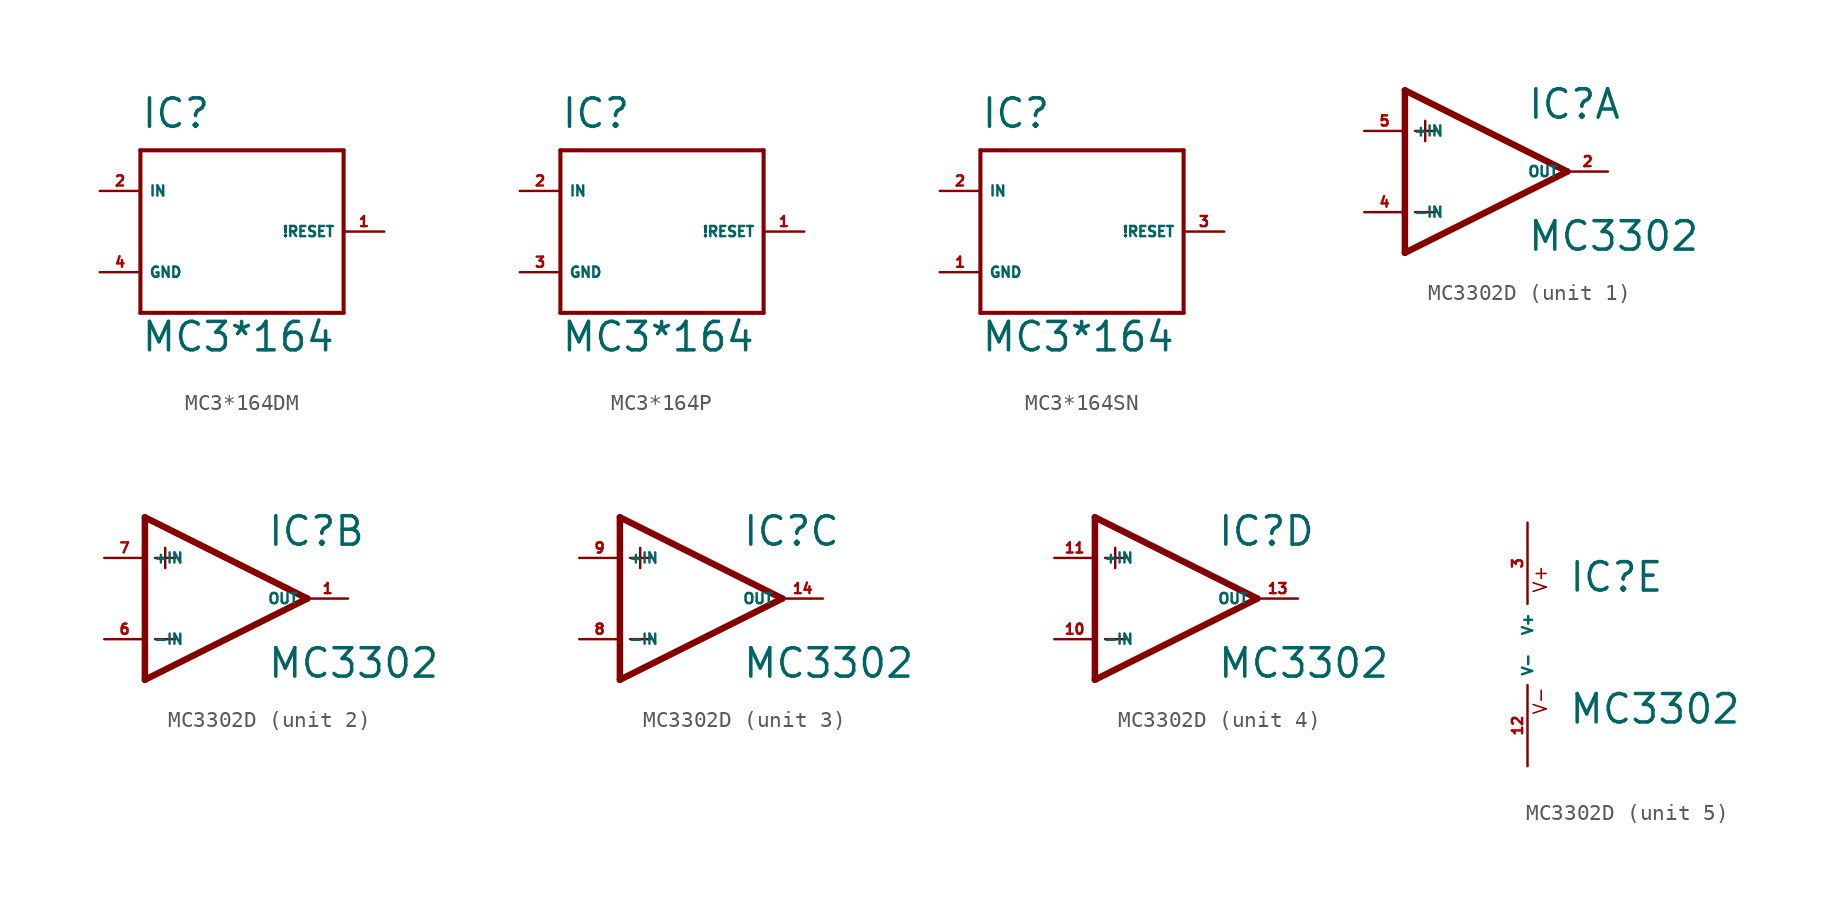
<source format=kicad_sym>
(kicad_symbol_lib
  (version 20220914)
  (generator Eagle2Kicad)
  (symbol "MC3*164DM"
    (property "Reference" "IC"
      (at -2.54 6.35 0)
      (effects (font (size 1.778 1.778) (thickness 0.22)) (justify left bottom)))
    (property "Value" "MC3*164"
      (at -2.54 -7.62 0)
      (effects (font (size 1.778 1.778) (thickness 0.22)) (justify left bottom)))
    (polyline
      (pts (xy -2.54 5.08) (xy 10.16 5.08))
      (stroke (width 0.254) (type default))
      (fill (type none)))
    (polyline
      (pts (xy 10.16 5.08) (xy 10.16 -5.08))
      (stroke (width 0.254) (type default))
      (fill (type none)))
    (polyline
      (pts (xy 10.16 -5.08) (xy -2.54 -5.08))
      (stroke (width 0.254) (type default))
      (fill (type none)))
    (polyline
      (pts (xy -2.54 -5.08) (xy -2.54 5.08))
      (stroke (width 0.254) (type default))
      (fill (type none)))
    (pin input line
      (at -5.08 2.54 0)
      (length 2.54)
      (name "IN" (effects (font (size 0.635 0.635) (thickness 0.08)) (justify left bottom)))
      (number "2" (effects (font (size 0.635 0.635) (thickness 0.08)) (justify left bottom))))
    (pin open_collector line
      (at 12.7 0 180)
      (length 2.54)
      (name "!RESET" (effects (font (size 0.635 0.635) (thickness 0.08)) (justify left bottom)))
      (number "1" (effects (font (size 0.635 0.635) (thickness 0.08)) (justify left bottom))))
    (pin unspecified line
      (at -5.08 -2.54 0)
      (length 2.54)
      (name "GND" (effects (font (size 0.635 0.635) (thickness 0.08)) (justify left bottom)))
      (number "4" (effects (font (size 0.635 0.635) (thickness 0.08)) (justify left bottom)))))
  (symbol "MC3*164P"
    (property "Reference" "IC"
      (at -2.54 6.35 0)
      (effects (font (size 1.778 1.778) (thickness 0.22)) (justify left bottom)))
    (property "Value" "MC3*164"
      (at -2.54 -7.62 0)
      (effects (font (size 1.778 1.778) (thickness 0.22)) (justify left bottom)))
    (polyline
      (pts (xy -2.54 5.08) (xy 10.16 5.08))
      (stroke (width 0.254) (type default))
      (fill (type none)))
    (polyline
      (pts (xy 10.16 5.08) (xy 10.16 -5.08))
      (stroke (width 0.254) (type default))
      (fill (type none)))
    (polyline
      (pts (xy 10.16 -5.08) (xy -2.54 -5.08))
      (stroke (width 0.254) (type default))
      (fill (type none)))
    (polyline
      (pts (xy -2.54 -5.08) (xy -2.54 5.08))
      (stroke (width 0.254) (type default))
      (fill (type none)))
    (pin input line
      (at -5.08 2.54 0)
      (length 2.54)
      (name "IN" (effects (font (size 0.635 0.635) (thickness 0.08)) (justify left bottom)))
      (number "2" (effects (font (size 0.635 0.635) (thickness 0.08)) (justify left bottom))))
    (pin open_collector line
      (at 12.7 0 180)
      (length 2.54)
      (name "!RESET" (effects (font (size 0.635 0.635) (thickness 0.08)) (justify left bottom)))
      (number "1" (effects (font (size 0.635 0.635) (thickness 0.08)) (justify left bottom))))
    (pin unspecified line
      (at -5.08 -2.54 0)
      (length 2.54)
      (name "GND" (effects (font (size 0.635 0.635) (thickness 0.08)) (justify left bottom)))
      (number "3" (effects (font (size 0.635 0.635) (thickness 0.08)) (justify left bottom)))))
  (symbol "MC3*164SN"
    (property "Reference" "IC"
      (at -2.54 6.35 0)
      (effects (font (size 1.778 1.778) (thickness 0.22)) (justify left bottom)))
    (property "Value" "MC3*164"
      (at -2.54 -7.62 0)
      (effects (font (size 1.778 1.778) (thickness 0.22)) (justify left bottom)))
    (polyline
      (pts (xy -2.54 5.08) (xy 10.16 5.08))
      (stroke (width 0.254) (type default))
      (fill (type none)))
    (polyline
      (pts (xy 10.16 5.08) (xy 10.16 -5.08))
      (stroke (width 0.254) (type default))
      (fill (type none)))
    (polyline
      (pts (xy 10.16 -5.08) (xy -2.54 -5.08))
      (stroke (width 0.254) (type default))
      (fill (type none)))
    (polyline
      (pts (xy -2.54 -5.08) (xy -2.54 5.08))
      (stroke (width 0.254) (type default))
      (fill (type none)))
    (pin input line
      (at -5.08 2.54 0)
      (length 2.54)
      (name "IN" (effects (font (size 0.635 0.635) (thickness 0.08)) (justify left bottom)))
      (number "2" (effects (font (size 0.635 0.635) (thickness 0.08)) (justify left bottom))))
    (pin open_collector line
      (at 12.7 0 180)
      (length 2.54)
      (name "!RESET" (effects (font (size 0.635 0.635) (thickness 0.08)) (justify left bottom)))
      (number "3" (effects (font (size 0.635 0.635) (thickness 0.08)) (justify left bottom))))
    (pin unspecified line
      (at -5.08 -2.54 0)
      (length 2.54)
      (name "GND" (effects (font (size 0.635 0.635) (thickness 0.08)) (justify left bottom)))
      (number "1" (effects (font (size 0.635 0.635) (thickness 0.08)) (justify left bottom)))))
  (symbol "MC3302D"
    (property "Reference" "IC"
      (at 2.54 3.175 0)
      (effects (font (size 1.778 1.778) (thickness 0.22)) (justify left bottom)))
    (property "Value" "MC3302"
      (at 2.54 -5.08 0)
      (effects (font (size 1.778 1.778) (thickness 0.22)) (justify left bottom)))
    (symbol "MC3302D_1_0"
      (polyline (pts (xy -5.08 5.08) (xy -5.08 -5.08)) (stroke (width 0.406) (type default)) (fill (type none)))
      (polyline (pts (xy -5.08 -5.08) (xy 5.08 0)) (stroke (width 0.406) (type default)) (fill (type none)))
      (polyline (pts (xy 5.08 0) (xy -5.08 5.08)) (stroke (width 0.406) (type default)) (fill (type none)))
      (polyline (pts (xy -3.81 3.175) (xy -3.81 1.905)) (stroke (width 0.152) (type default)) (fill (type none)))
      (polyline (pts (xy -4.445 2.54) (xy -3.175 2.54)) (stroke (width 0.152) (type default)) (fill (type none)))
      (polyline (pts (xy -4.445 -2.54) (xy -3.175 -2.54)) (stroke (width 0.152) (type default)) (fill (type none)))
      (pin input line (at -7.62 -2.54 0) (length 2.54) (name "-IN" (effects (font (size 0.635 0.635) (thickness 0.08)) (justify left bottom))) (number "4" (effects (font (size 0.635 0.635) (thickness 0.08)) (justify left bottom))))
      (pin input line (at -7.62 2.54 0) (length 2.54) (name "+IN" (effects (font (size 0.635 0.635) (thickness 0.08)) (justify left bottom))) (number "5" (effects (font (size 0.635 0.635) (thickness 0.08)) (justify left bottom))))
      (pin output line (at 7.62 0 180) (length 2.54) (name "OUT" (effects (font (size 0.635 0.635) (thickness 0.08)) (justify left bottom))) (number "2" (effects (font (size 0.635 0.635) (thickness 0.08)) (justify left bottom)))))
    (symbol "MC3302D_2_0"
      (polyline (pts (xy -5.08 5.08) (xy -5.08 -5.08)) (stroke (width 0.406) (type default)) (fill (type none)))
      (polyline (pts (xy -5.08 -5.08) (xy 5.08 0)) (stroke (width 0.406) (type default)) (fill (type none)))
      (polyline (pts (xy 5.08 0) (xy -5.08 5.08)) (stroke (width 0.406) (type default)) (fill (type none)))
      (polyline (pts (xy -3.81 3.175) (xy -3.81 1.905)) (stroke (width 0.152) (type default)) (fill (type none)))
      (polyline (pts (xy -4.445 2.54) (xy -3.175 2.54)) (stroke (width 0.152) (type default)) (fill (type none)))
      (polyline (pts (xy -4.445 -2.54) (xy -3.175 -2.54)) (stroke (width 0.152) (type default)) (fill (type none)))
      (pin input line (at -7.62 -2.54 0) (length 2.54) (name "-IN" (effects (font (size 0.635 0.635) (thickness 0.08)) (justify left bottom))) (number "6" (effects (font (size 0.635 0.635) (thickness 0.08)) (justify left bottom))))
      (pin input line (at -7.62 2.54 0) (length 2.54) (name "+IN" (effects (font (size 0.635 0.635) (thickness 0.08)) (justify left bottom))) (number "7" (effects (font (size 0.635 0.635) (thickness 0.08)) (justify left bottom))))
      (pin output line (at 7.62 0 180) (length 2.54) (name "OUT" (effects (font (size 0.635 0.635) (thickness 0.08)) (justify left bottom))) (number "1" (effects (font (size 0.635 0.635) (thickness 0.08)) (justify left bottom)))))
    (symbol "MC3302D_3_0"
      (polyline (pts (xy -5.08 5.08) (xy -5.08 -5.08)) (stroke (width 0.406) (type default)) (fill (type none)))
      (polyline (pts (xy -5.08 -5.08) (xy 5.08 0)) (stroke (width 0.406) (type default)) (fill (type none)))
      (polyline (pts (xy 5.08 0) (xy -5.08 5.08)) (stroke (width 0.406) (type default)) (fill (type none)))
      (polyline (pts (xy -3.81 3.175) (xy -3.81 1.905)) (stroke (width 0.152) (type default)) (fill (type none)))
      (polyline (pts (xy -4.445 2.54) (xy -3.175 2.54)) (stroke (width 0.152) (type default)) (fill (type none)))
      (polyline (pts (xy -4.445 -2.54) (xy -3.175 -2.54)) (stroke (width 0.152) (type default)) (fill (type none)))
      (pin input line (at -7.62 -2.54 0) (length 2.54) (name "-IN" (effects (font (size 0.635 0.635) (thickness 0.08)) (justify left bottom))) (number "8" (effects (font (size 0.635 0.635) (thickness 0.08)) (justify left bottom))))
      (pin input line (at -7.62 2.54 0) (length 2.54) (name "+IN" (effects (font (size 0.635 0.635) (thickness 0.08)) (justify left bottom))) (number "9" (effects (font (size 0.635 0.635) (thickness 0.08)) (justify left bottom))))
      (pin output line (at 7.62 0 180) (length 2.54) (name "OUT" (effects (font (size 0.635 0.635) (thickness 0.08)) (justify left bottom))) (number "14" (effects (font (size 0.635 0.635) (thickness 0.08)) (justify left bottom)))))
    (symbol "MC3302D_4_0"
      (polyline (pts (xy -5.08 5.08) (xy -5.08 -5.08)) (stroke (width 0.406) (type default)) (fill (type none)))
      (polyline (pts (xy -5.08 -5.08) (xy 5.08 0)) (stroke (width 0.406) (type default)) (fill (type none)))
      (polyline (pts (xy 5.08 0) (xy -5.08 5.08)) (stroke (width 0.406) (type default)) (fill (type none)))
      (polyline (pts (xy -3.81 3.175) (xy -3.81 1.905)) (stroke (width 0.152) (type default)) (fill (type none)))
      (polyline (pts (xy -4.445 2.54) (xy -3.175 2.54)) (stroke (width 0.152) (type default)) (fill (type none)))
      (polyline (pts (xy -4.445 -2.54) (xy -3.175 -2.54)) (stroke (width 0.152) (type default)) (fill (type none)))
      (pin input line (at -7.62 -2.54 0) (length 2.54) (name "-IN" (effects (font (size 0.635 0.635) (thickness 0.08)) (justify left bottom))) (number "10" (effects (font (size 0.635 0.635) (thickness 0.08)) (justify left bottom))))
      (pin input line (at -7.62 2.54 0) (length 2.54) (name "+IN" (effects (font (size 0.635 0.635) (thickness 0.08)) (justify left bottom))) (number "11" (effects (font (size 0.635 0.635) (thickness 0.08)) (justify left bottom))))
      (pin output line (at 7.62 0 180) (length 2.54) (name "OUT" (effects (font (size 0.635 0.635) (thickness 0.08)) (justify left bottom))) (number "13" (effects (font (size 0.635 0.635) (thickness 0.08)) (justify left bottom)))))
    (symbol "MC3302D_5_0"
      (text "V+" (at 1.27 3.175 900) (effects (font (size 0.813 0.813) (thickness 0.10)) (justify left bottom)))
      (text "V-" (at 1.27 -4.445 900) (effects (font (size 0.813 0.813) (thickness 0.10)) (justify left bottom)))
      (pin unspecified line (at 0 7.62 270) (length 5.08) (name "V+" (effects (font (size 0.635 0.635) (thickness 0.08)) (justify left bottom))) (number "3" (effects (font (size 0.635 0.635) (thickness 0.08)) (justify left bottom))))
      (pin unspecified line (at 0 -7.62 90) (length 5.08) (name "V-" (effects (font (size 0.635 0.635) (thickness 0.08)) (justify left bottom))) (number "12" (effects (font (size 0.635 0.635) (thickness 0.08)) (justify left bottom)))))))
</source>
